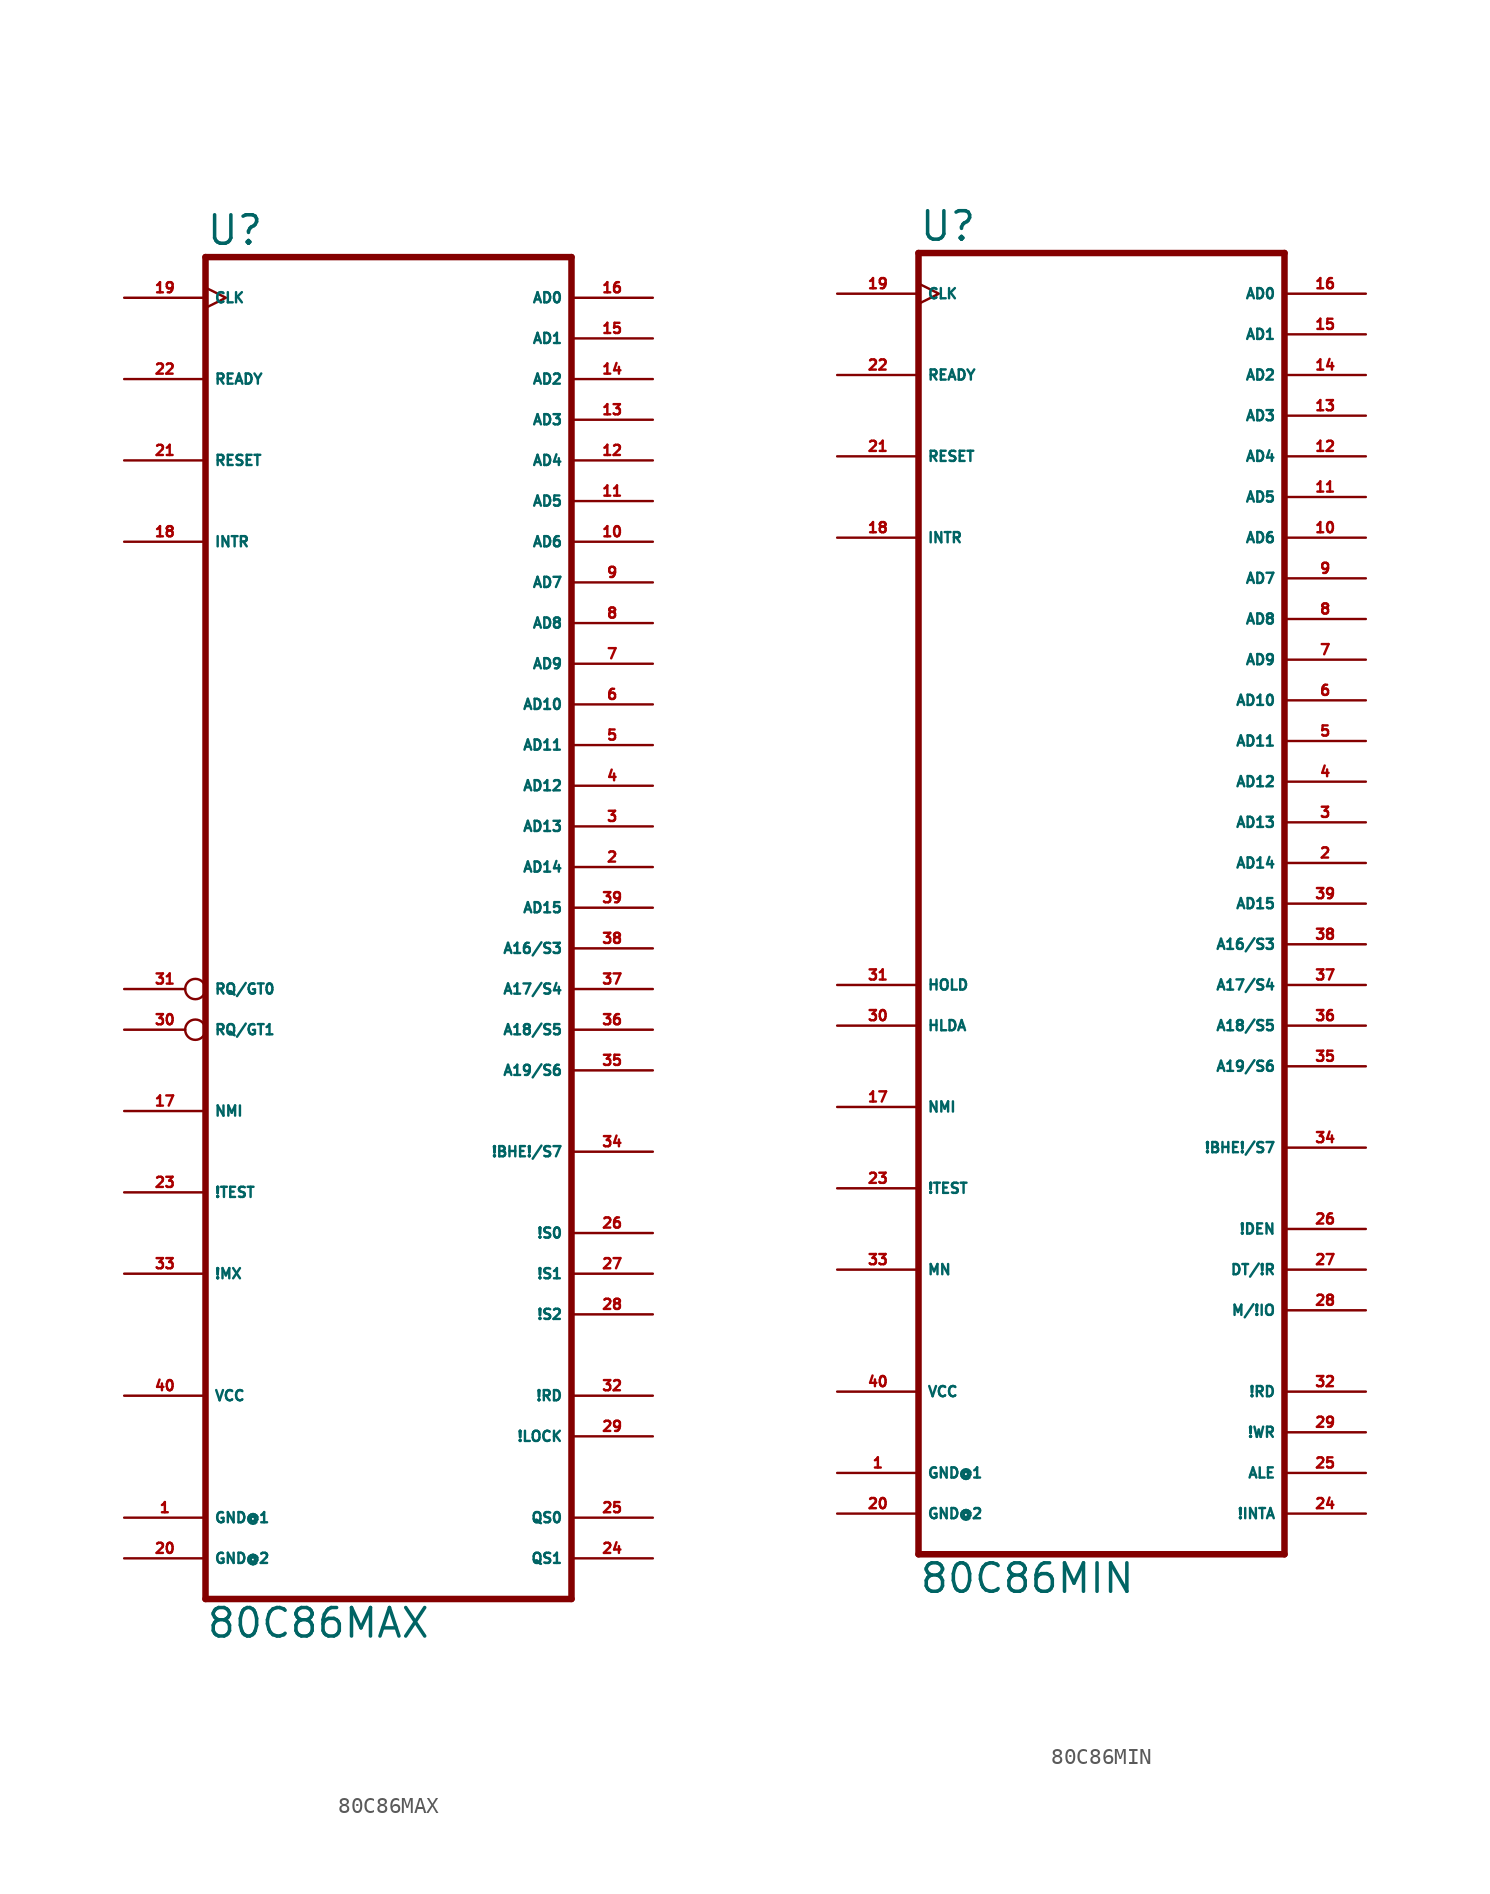
<source format=kicad_sym>
(kicad_symbol_lib
  (version 20220914)
  (generator Eagle2Kicad)
  (symbol "80C86MAX"
    (property "Reference" "U"
      (at -17.78 41.275 0)
      (effects (font (size 1.778 1.778) (thickness 0.22)) (justify left bottom)))
    (property "Value" "80C86MAX"
      (at -17.78 -45.72 0)
      (effects (font (size 1.778 1.778) (thickness 0.22)) (justify left bottom)))
    (polyline
      (pts (xy 5.08 -43.18) (xy 5.08 40.64))
      (stroke (width 0.406) (type default))
      (fill (type none)))
    (polyline
      (pts (xy -17.78 40.64) (xy -17.78 -43.18))
      (stroke (width 0.406) (type default))
      (fill (type none)))
    (polyline
      (pts (xy -17.78 40.64) (xy 5.08 40.64))
      (stroke (width 0.406) (type default))
      (fill (type none)))
    (polyline
      (pts (xy -17.78 -43.18) (xy 5.08 -43.18))
      (stroke (width 0.406) (type default))
      (fill (type none)))
    (pin bidirectional line
      (at 10.16 2.54 180)
      (length 5.08)
      (name "AD14" (effects (font (size 0.635 0.635) (thickness 0.08)) (justify left bottom)))
      (number "2" (effects (font (size 0.635 0.635) (thickness 0.08)) (justify left bottom))))
    (pin bidirectional line
      (at 10.16 5.08 180)
      (length 5.08)
      (name "AD13" (effects (font (size 0.635 0.635) (thickness 0.08)) (justify left bottom)))
      (number "3" (effects (font (size 0.635 0.635) (thickness 0.08)) (justify left bottom))))
    (pin bidirectional line
      (at 10.16 7.62 180)
      (length 5.08)
      (name "AD12" (effects (font (size 0.635 0.635) (thickness 0.08)) (justify left bottom)))
      (number "4" (effects (font (size 0.635 0.635) (thickness 0.08)) (justify left bottom))))
    (pin bidirectional line
      (at 10.16 10.16 180)
      (length 5.08)
      (name "AD11" (effects (font (size 0.635 0.635) (thickness 0.08)) (justify left bottom)))
      (number "5" (effects (font (size 0.635 0.635) (thickness 0.08)) (justify left bottom))))
    (pin bidirectional line
      (at 10.16 12.7 180)
      (length 5.08)
      (name "AD10" (effects (font (size 0.635 0.635) (thickness 0.08)) (justify left bottom)))
      (number "6" (effects (font (size 0.635 0.635) (thickness 0.08)) (justify left bottom))))
    (pin bidirectional line
      (at 10.16 15.24 180)
      (length 5.08)
      (name "AD9" (effects (font (size 0.635 0.635) (thickness 0.08)) (justify left bottom)))
      (number "7" (effects (font (size 0.635 0.635) (thickness 0.08)) (justify left bottom))))
    (pin bidirectional line
      (at 10.16 17.78 180)
      (length 5.08)
      (name "AD8" (effects (font (size 0.635 0.635) (thickness 0.08)) (justify left bottom)))
      (number "8" (effects (font (size 0.635 0.635) (thickness 0.08)) (justify left bottom))))
    (pin bidirectional line
      (at 10.16 20.32 180)
      (length 5.08)
      (name "AD7" (effects (font (size 0.635 0.635) (thickness 0.08)) (justify left bottom)))
      (number "9" (effects (font (size 0.635 0.635) (thickness 0.08)) (justify left bottom))))
    (pin bidirectional line
      (at 10.16 22.86 180)
      (length 5.08)
      (name "AD6" (effects (font (size 0.635 0.635) (thickness 0.08)) (justify left bottom)))
      (number "10" (effects (font (size 0.635 0.635) (thickness 0.08)) (justify left bottom))))
    (pin bidirectional line
      (at 10.16 25.4 180)
      (length 5.08)
      (name "AD5" (effects (font (size 0.635 0.635) (thickness 0.08)) (justify left bottom)))
      (number "11" (effects (font (size 0.635 0.635) (thickness 0.08)) (justify left bottom))))
    (pin bidirectional line
      (at 10.16 27.94 180)
      (length 5.08)
      (name "AD4" (effects (font (size 0.635 0.635) (thickness 0.08)) (justify left bottom)))
      (number "12" (effects (font (size 0.635 0.635) (thickness 0.08)) (justify left bottom))))
    (pin bidirectional line
      (at 10.16 30.48 180)
      (length 5.08)
      (name "AD3" (effects (font (size 0.635 0.635) (thickness 0.08)) (justify left bottom)))
      (number "13" (effects (font (size 0.635 0.635) (thickness 0.08)) (justify left bottom))))
    (pin bidirectional line
      (at 10.16 33.02 180)
      (length 5.08)
      (name "AD2" (effects (font (size 0.635 0.635) (thickness 0.08)) (justify left bottom)))
      (number "14" (effects (font (size 0.635 0.635) (thickness 0.08)) (justify left bottom))))
    (pin bidirectional line
      (at 10.16 35.56 180)
      (length 5.08)
      (name "AD1" (effects (font (size 0.635 0.635) (thickness 0.08)) (justify left bottom)))
      (number "15" (effects (font (size 0.635 0.635) (thickness 0.08)) (justify left bottom))))
    (pin bidirectional line
      (at 10.16 38.1 180)
      (length 5.08)
      (name "AD0" (effects (font (size 0.635 0.635) (thickness 0.08)) (justify left bottom)))
      (number "16" (effects (font (size 0.635 0.635) (thickness 0.08)) (justify left bottom))))
    (pin input line
      (at -22.86 -12.7 0)
      (length 5.08)
      (name "NMI" (effects (font (size 0.635 0.635) (thickness 0.08)) (justify left bottom)))
      (number "17" (effects (font (size 0.635 0.635) (thickness 0.08)) (justify left bottom))))
    (pin input line
      (at -22.86 22.86 0)
      (length 5.08)
      (name "INTR" (effects (font (size 0.635 0.635) (thickness 0.08)) (justify left bottom)))
      (number "18" (effects (font (size 0.635 0.635) (thickness 0.08)) (justify left bottom))))
    (pin input clock
      (at -22.86 38.1 0)
      (length 5.08)
      (name "CLK" (effects (font (size 0.635 0.635) (thickness 0.08)) (justify left bottom)))
      (number "19" (effects (font (size 0.635 0.635) (thickness 0.08)) (justify left bottom))))
    (pin input line
      (at -22.86 27.94 0)
      (length 5.08)
      (name "RESET" (effects (font (size 0.635 0.635) (thickness 0.08)) (justify left bottom)))
      (number "21" (effects (font (size 0.635 0.635) (thickness 0.08)) (justify left bottom))))
    (pin input line
      (at -22.86 33.02 0)
      (length 5.08)
      (name "READY" (effects (font (size 0.635 0.635) (thickness 0.08)) (justify left bottom)))
      (number "22" (effects (font (size 0.635 0.635) (thickness 0.08)) (justify left bottom))))
    (pin input line
      (at -22.86 -17.78 0)
      (length 5.08)
      (name "!TEST" (effects (font (size 0.635 0.635) (thickness 0.08)) (justify left bottom)))
      (number "23" (effects (font (size 0.635 0.635) (thickness 0.08)) (justify left bottom))))
    (pin output line
      (at 10.16 -40.64 180)
      (length 5.08)
      (name "QS1" (effects (font (size 0.635 0.635) (thickness 0.08)) (justify left bottom)))
      (number "24" (effects (font (size 0.635 0.635) (thickness 0.08)) (justify left bottom))))
    (pin output line
      (at 10.16 -38.1 180)
      (length 5.08)
      (name "QS0" (effects (font (size 0.635 0.635) (thickness 0.08)) (justify left bottom)))
      (number "25" (effects (font (size 0.635 0.635) (thickness 0.08)) (justify left bottom))))
    (pin output line
      (at 10.16 -20.32 180)
      (length 5.08)
      (name "!S0" (effects (font (size 0.635 0.635) (thickness 0.08)) (justify left bottom)))
      (number "26" (effects (font (size 0.635 0.635) (thickness 0.08)) (justify left bottom))))
    (pin output line
      (at 10.16 -22.86 180)
      (length 5.08)
      (name "!S1" (effects (font (size 0.635 0.635) (thickness 0.08)) (justify left bottom)))
      (number "27" (effects (font (size 0.635 0.635) (thickness 0.08)) (justify left bottom))))
    (pin output line
      (at 10.16 -25.4 180)
      (length 5.08)
      (name "!S2" (effects (font (size 0.635 0.635) (thickness 0.08)) (justify left bottom)))
      (number "28" (effects (font (size 0.635 0.635) (thickness 0.08)) (justify left bottom))))
    (pin output line
      (at 10.16 -33.02 180)
      (length 5.08)
      (name "!LOCK" (effects (font (size 0.635 0.635) (thickness 0.08)) (justify left bottom)))
      (number "29" (effects (font (size 0.635 0.635) (thickness 0.08)) (justify left bottom))))
    (pin bidirectional inverted
      (at -22.86 -7.62 0)
      (length 5.08)
      (name "RQ/GT1" (effects (font (size 0.635 0.635) (thickness 0.08)) (justify left bottom)))
      (number "30" (effects (font (size 0.635 0.635) (thickness 0.08)) (justify left bottom))))
    (pin bidirectional inverted
      (at -22.86 -5.08 0)
      (length 5.08)
      (name "RQ/GT0" (effects (font (size 0.635 0.635) (thickness 0.08)) (justify left bottom)))
      (number "31" (effects (font (size 0.635 0.635) (thickness 0.08)) (justify left bottom))))
    (pin output line
      (at 10.16 -30.48 180)
      (length 5.08)
      (name "!RD" (effects (font (size 0.635 0.635) (thickness 0.08)) (justify left bottom)))
      (number "32" (effects (font (size 0.635 0.635) (thickness 0.08)) (justify left bottom))))
    (pin input line
      (at -22.86 -22.86 0)
      (length 5.08)
      (name "!MX" (effects (font (size 0.635 0.635) (thickness 0.08)) (justify left bottom)))
      (number "33" (effects (font (size 0.635 0.635) (thickness 0.08)) (justify left bottom))))
    (pin output line
      (at 10.16 -15.24 180)
      (length 5.08)
      (name "!BHE!/S7" (effects (font (size 0.635 0.635) (thickness 0.08)) (justify left bottom)))
      (number "34" (effects (font (size 0.635 0.635) (thickness 0.08)) (justify left bottom))))
    (pin output line
      (at 10.16 -10.16 180)
      (length 5.08)
      (name "A19/S6" (effects (font (size 0.635 0.635) (thickness 0.08)) (justify left bottom)))
      (number "35" (effects (font (size 0.635 0.635) (thickness 0.08)) (justify left bottom))))
    (pin output line
      (at 10.16 -7.62 180)
      (length 5.08)
      (name "A18/S5" (effects (font (size 0.635 0.635) (thickness 0.08)) (justify left bottom)))
      (number "36" (effects (font (size 0.635 0.635) (thickness 0.08)) (justify left bottom))))
    (pin output line
      (at 10.16 -5.08 180)
      (length 5.08)
      (name "A17/S4" (effects (font (size 0.635 0.635) (thickness 0.08)) (justify left bottom)))
      (number "37" (effects (font (size 0.635 0.635) (thickness 0.08)) (justify left bottom))))
    (pin output line
      (at 10.16 -2.54 180)
      (length 5.08)
      (name "A16/S3" (effects (font (size 0.635 0.635) (thickness 0.08)) (justify left bottom)))
      (number "38" (effects (font (size 0.635 0.635) (thickness 0.08)) (justify left bottom))))
    (pin bidirectional line
      (at 10.16 0 180)
      (length 5.08)
      (name "AD15" (effects (font (size 0.635 0.635) (thickness 0.08)) (justify left bottom)))
      (number "39" (effects (font (size 0.635 0.635) (thickness 0.08)) (justify left bottom))))
    (pin unspecified line
      (at -22.86 -30.48 0)
      (length 5.08)
      (name "VCC" (effects (font (size 0.635 0.635) (thickness 0.08)) (justify left bottom)))
      (number "40" (effects (font (size 0.635 0.635) (thickness 0.08)) (justify left bottom))))
    (pin unspecified line
      (at -22.86 -38.1 0)
      (length 5.08)
      (name "GND@1" (effects (font (size 0.635 0.635) (thickness 0.08)) (justify left bottom)))
      (number "1" (effects (font (size 0.635 0.635) (thickness 0.08)) (justify left bottom))))
    (pin unspecified line
      (at -22.86 -40.64 0)
      (length 5.08)
      (name "GND@2" (effects (font (size 0.635 0.635) (thickness 0.08)) (justify left bottom)))
      (number "20" (effects (font (size 0.635 0.635) (thickness 0.08)) (justify left bottom)))))
  (symbol "80C86MIN"
    (property "Reference" "U"
      (at -17.78 41.275 0)
      (effects (font (size 1.778 1.778) (thickness 0.22)) (justify left bottom)))
    (property "Value" "80C86MIN"
      (at -17.78 -43.18 0)
      (effects (font (size 1.778 1.778) (thickness 0.22)) (justify left bottom)))
    (polyline
      (pts (xy 5.08 -40.64) (xy 5.08 40.64))
      (stroke (width 0.406) (type default))
      (fill (type none)))
    (polyline
      (pts (xy -17.78 40.64) (xy -17.78 -40.64))
      (stroke (width 0.406) (type default))
      (fill (type none)))
    (polyline
      (pts (xy -17.78 40.64) (xy 5.08 40.64))
      (stroke (width 0.406) (type default))
      (fill (type none)))
    (polyline
      (pts (xy -17.78 -40.64) (xy 5.08 -40.64))
      (stroke (width 0.406) (type default))
      (fill (type none)))
    (pin bidirectional line
      (at 10.16 2.54 180)
      (length 5.08)
      (name "AD14" (effects (font (size 0.635 0.635) (thickness 0.08)) (justify left bottom)))
      (number "2" (effects (font (size 0.635 0.635) (thickness 0.08)) (justify left bottom))))
    (pin bidirectional line
      (at 10.16 5.08 180)
      (length 5.08)
      (name "AD13" (effects (font (size 0.635 0.635) (thickness 0.08)) (justify left bottom)))
      (number "3" (effects (font (size 0.635 0.635) (thickness 0.08)) (justify left bottom))))
    (pin bidirectional line
      (at 10.16 7.62 180)
      (length 5.08)
      (name "AD12" (effects (font (size 0.635 0.635) (thickness 0.08)) (justify left bottom)))
      (number "4" (effects (font (size 0.635 0.635) (thickness 0.08)) (justify left bottom))))
    (pin bidirectional line
      (at 10.16 10.16 180)
      (length 5.08)
      (name "AD11" (effects (font (size 0.635 0.635) (thickness 0.08)) (justify left bottom)))
      (number "5" (effects (font (size 0.635 0.635) (thickness 0.08)) (justify left bottom))))
    (pin bidirectional line
      (at 10.16 12.7 180)
      (length 5.08)
      (name "AD10" (effects (font (size 0.635 0.635) (thickness 0.08)) (justify left bottom)))
      (number "6" (effects (font (size 0.635 0.635) (thickness 0.08)) (justify left bottom))))
    (pin bidirectional line
      (at 10.16 15.24 180)
      (length 5.08)
      (name "AD9" (effects (font (size 0.635 0.635) (thickness 0.08)) (justify left bottom)))
      (number "7" (effects (font (size 0.635 0.635) (thickness 0.08)) (justify left bottom))))
    (pin bidirectional line
      (at 10.16 17.78 180)
      (length 5.08)
      (name "AD8" (effects (font (size 0.635 0.635) (thickness 0.08)) (justify left bottom)))
      (number "8" (effects (font (size 0.635 0.635) (thickness 0.08)) (justify left bottom))))
    (pin bidirectional line
      (at 10.16 20.32 180)
      (length 5.08)
      (name "AD7" (effects (font (size 0.635 0.635) (thickness 0.08)) (justify left bottom)))
      (number "9" (effects (font (size 0.635 0.635) (thickness 0.08)) (justify left bottom))))
    (pin bidirectional line
      (at 10.16 22.86 180)
      (length 5.08)
      (name "AD6" (effects (font (size 0.635 0.635) (thickness 0.08)) (justify left bottom)))
      (number "10" (effects (font (size 0.635 0.635) (thickness 0.08)) (justify left bottom))))
    (pin bidirectional line
      (at 10.16 25.4 180)
      (length 5.08)
      (name "AD5" (effects (font (size 0.635 0.635) (thickness 0.08)) (justify left bottom)))
      (number "11" (effects (font (size 0.635 0.635) (thickness 0.08)) (justify left bottom))))
    (pin bidirectional line
      (at 10.16 27.94 180)
      (length 5.08)
      (name "AD4" (effects (font (size 0.635 0.635) (thickness 0.08)) (justify left bottom)))
      (number "12" (effects (font (size 0.635 0.635) (thickness 0.08)) (justify left bottom))))
    (pin bidirectional line
      (at 10.16 30.48 180)
      (length 5.08)
      (name "AD3" (effects (font (size 0.635 0.635) (thickness 0.08)) (justify left bottom)))
      (number "13" (effects (font (size 0.635 0.635) (thickness 0.08)) (justify left bottom))))
    (pin bidirectional line
      (at 10.16 33.02 180)
      (length 5.08)
      (name "AD2" (effects (font (size 0.635 0.635) (thickness 0.08)) (justify left bottom)))
      (number "14" (effects (font (size 0.635 0.635) (thickness 0.08)) (justify left bottom))))
    (pin bidirectional line
      (at 10.16 35.56 180)
      (length 5.08)
      (name "AD1" (effects (font (size 0.635 0.635) (thickness 0.08)) (justify left bottom)))
      (number "15" (effects (font (size 0.635 0.635) (thickness 0.08)) (justify left bottom))))
    (pin bidirectional line
      (at 10.16 38.1 180)
      (length 5.08)
      (name "AD0" (effects (font (size 0.635 0.635) (thickness 0.08)) (justify left bottom)))
      (number "16" (effects (font (size 0.635 0.635) (thickness 0.08)) (justify left bottom))))
    (pin input line
      (at -22.86 -12.7 0)
      (length 5.08)
      (name "NMI" (effects (font (size 0.635 0.635) (thickness 0.08)) (justify left bottom)))
      (number "17" (effects (font (size 0.635 0.635) (thickness 0.08)) (justify left bottom))))
    (pin input line
      (at -22.86 22.86 0)
      (length 5.08)
      (name "INTR" (effects (font (size 0.635 0.635) (thickness 0.08)) (justify left bottom)))
      (number "18" (effects (font (size 0.635 0.635) (thickness 0.08)) (justify left bottom))))
    (pin input clock
      (at -22.86 38.1 0)
      (length 5.08)
      (name "CLK" (effects (font (size 0.635 0.635) (thickness 0.08)) (justify left bottom)))
      (number "19" (effects (font (size 0.635 0.635) (thickness 0.08)) (justify left bottom))))
    (pin input line
      (at -22.86 27.94 0)
      (length 5.08)
      (name "RESET" (effects (font (size 0.635 0.635) (thickness 0.08)) (justify left bottom)))
      (number "21" (effects (font (size 0.635 0.635) (thickness 0.08)) (justify left bottom))))
    (pin input line
      (at -22.86 33.02 0)
      (length 5.08)
      (name "READY" (effects (font (size 0.635 0.635) (thickness 0.08)) (justify left bottom)))
      (number "22" (effects (font (size 0.635 0.635) (thickness 0.08)) (justify left bottom))))
    (pin input line
      (at -22.86 -17.78 0)
      (length 5.08)
      (name "!TEST" (effects (font (size 0.635 0.635) (thickness 0.08)) (justify left bottom)))
      (number "23" (effects (font (size 0.635 0.635) (thickness 0.08)) (justify left bottom))))
    (pin output line
      (at 10.16 -38.1 180)
      (length 5.08)
      (name "!INTA" (effects (font (size 0.635 0.635) (thickness 0.08)) (justify left bottom)))
      (number "24" (effects (font (size 0.635 0.635) (thickness 0.08)) (justify left bottom))))
    (pin output line
      (at 10.16 -35.56 180)
      (length 5.08)
      (name "ALE" (effects (font (size 0.635 0.635) (thickness 0.08)) (justify left bottom)))
      (number "25" (effects (font (size 0.635 0.635) (thickness 0.08)) (justify left bottom))))
    (pin output line
      (at 10.16 -20.32 180)
      (length 5.08)
      (name "!DEN" (effects (font (size 0.635 0.635) (thickness 0.08)) (justify left bottom)))
      (number "26" (effects (font (size 0.635 0.635) (thickness 0.08)) (justify left bottom))))
    (pin output line
      (at 10.16 -22.86 180)
      (length 5.08)
      (name "DT/!R" (effects (font (size 0.635 0.635) (thickness 0.08)) (justify left bottom)))
      (number "27" (effects (font (size 0.635 0.635) (thickness 0.08)) (justify left bottom))))
    (pin output line
      (at 10.16 -25.4 180)
      (length 5.08)
      (name "M/!IO" (effects (font (size 0.635 0.635) (thickness 0.08)) (justify left bottom)))
      (number "28" (effects (font (size 0.635 0.635) (thickness 0.08)) (justify left bottom))))
    (pin output line
      (at 10.16 -33.02 180)
      (length 5.08)
      (name "!WR" (effects (font (size 0.635 0.635) (thickness 0.08)) (justify left bottom)))
      (number "29" (effects (font (size 0.635 0.635) (thickness 0.08)) (justify left bottom))))
    (pin output line
      (at -22.86 -7.62 0)
      (length 5.08)
      (name "HLDA" (effects (font (size 0.635 0.635) (thickness 0.08)) (justify left bottom)))
      (number "30" (effects (font (size 0.635 0.635) (thickness 0.08)) (justify left bottom))))
    (pin input line
      (at -22.86 -5.08 0)
      (length 5.08)
      (name "HOLD" (effects (font (size 0.635 0.635) (thickness 0.08)) (justify left bottom)))
      (number "31" (effects (font (size 0.635 0.635) (thickness 0.08)) (justify left bottom))))
    (pin output line
      (at 10.16 -30.48 180)
      (length 5.08)
      (name "!RD" (effects (font (size 0.635 0.635) (thickness 0.08)) (justify left bottom)))
      (number "32" (effects (font (size 0.635 0.635) (thickness 0.08)) (justify left bottom))))
    (pin input line
      (at -22.86 -22.86 0)
      (length 5.08)
      (name "MN" (effects (font (size 0.635 0.635) (thickness 0.08)) (justify left bottom)))
      (number "33" (effects (font (size 0.635 0.635) (thickness 0.08)) (justify left bottom))))
    (pin output line
      (at 10.16 -15.24 180)
      (length 5.08)
      (name "!BHE!/S7" (effects (font (size 0.635 0.635) (thickness 0.08)) (justify left bottom)))
      (number "34" (effects (font (size 0.635 0.635) (thickness 0.08)) (justify left bottom))))
    (pin output line
      (at 10.16 -10.16 180)
      (length 5.08)
      (name "A19/S6" (effects (font (size 0.635 0.635) (thickness 0.08)) (justify left bottom)))
      (number "35" (effects (font (size 0.635 0.635) (thickness 0.08)) (justify left bottom))))
    (pin output line
      (at 10.16 -7.62 180)
      (length 5.08)
      (name "A18/S5" (effects (font (size 0.635 0.635) (thickness 0.08)) (justify left bottom)))
      (number "36" (effects (font (size 0.635 0.635) (thickness 0.08)) (justify left bottom))))
    (pin output line
      (at 10.16 -5.08 180)
      (length 5.08)
      (name "A17/S4" (effects (font (size 0.635 0.635) (thickness 0.08)) (justify left bottom)))
      (number "37" (effects (font (size 0.635 0.635) (thickness 0.08)) (justify left bottom))))
    (pin output line
      (at 10.16 -2.54 180)
      (length 5.08)
      (name "A16/S3" (effects (font (size 0.635 0.635) (thickness 0.08)) (justify left bottom)))
      (number "38" (effects (font (size 0.635 0.635) (thickness 0.08)) (justify left bottom))))
    (pin bidirectional line
      (at 10.16 0 180)
      (length 5.08)
      (name "AD15" (effects (font (size 0.635 0.635) (thickness 0.08)) (justify left bottom)))
      (number "39" (effects (font (size 0.635 0.635) (thickness 0.08)) (justify left bottom))))
    (pin unspecified line
      (at -22.86 -38.1 0)
      (length 5.08)
      (name "GND@2" (effects (font (size 0.635 0.635) (thickness 0.08)) (justify left bottom)))
      (number "20" (effects (font (size 0.635 0.635) (thickness 0.08)) (justify left bottom))))
    (pin unspecified line
      (at -22.86 -35.56 0)
      (length 5.08)
      (name "GND@1" (effects (font (size 0.635 0.635) (thickness 0.08)) (justify left bottom)))
      (number "1" (effects (font (size 0.635 0.635) (thickness 0.08)) (justify left bottom))))
    (pin unspecified line
      (at -22.86 -30.48 0)
      (length 5.08)
      (name "VCC" (effects (font (size 0.635 0.635) (thickness 0.08)) (justify left bottom)))
      (number "40" (effects (font (size 0.635 0.635) (thickness 0.08)) (justify left bottom))))))
</source>
